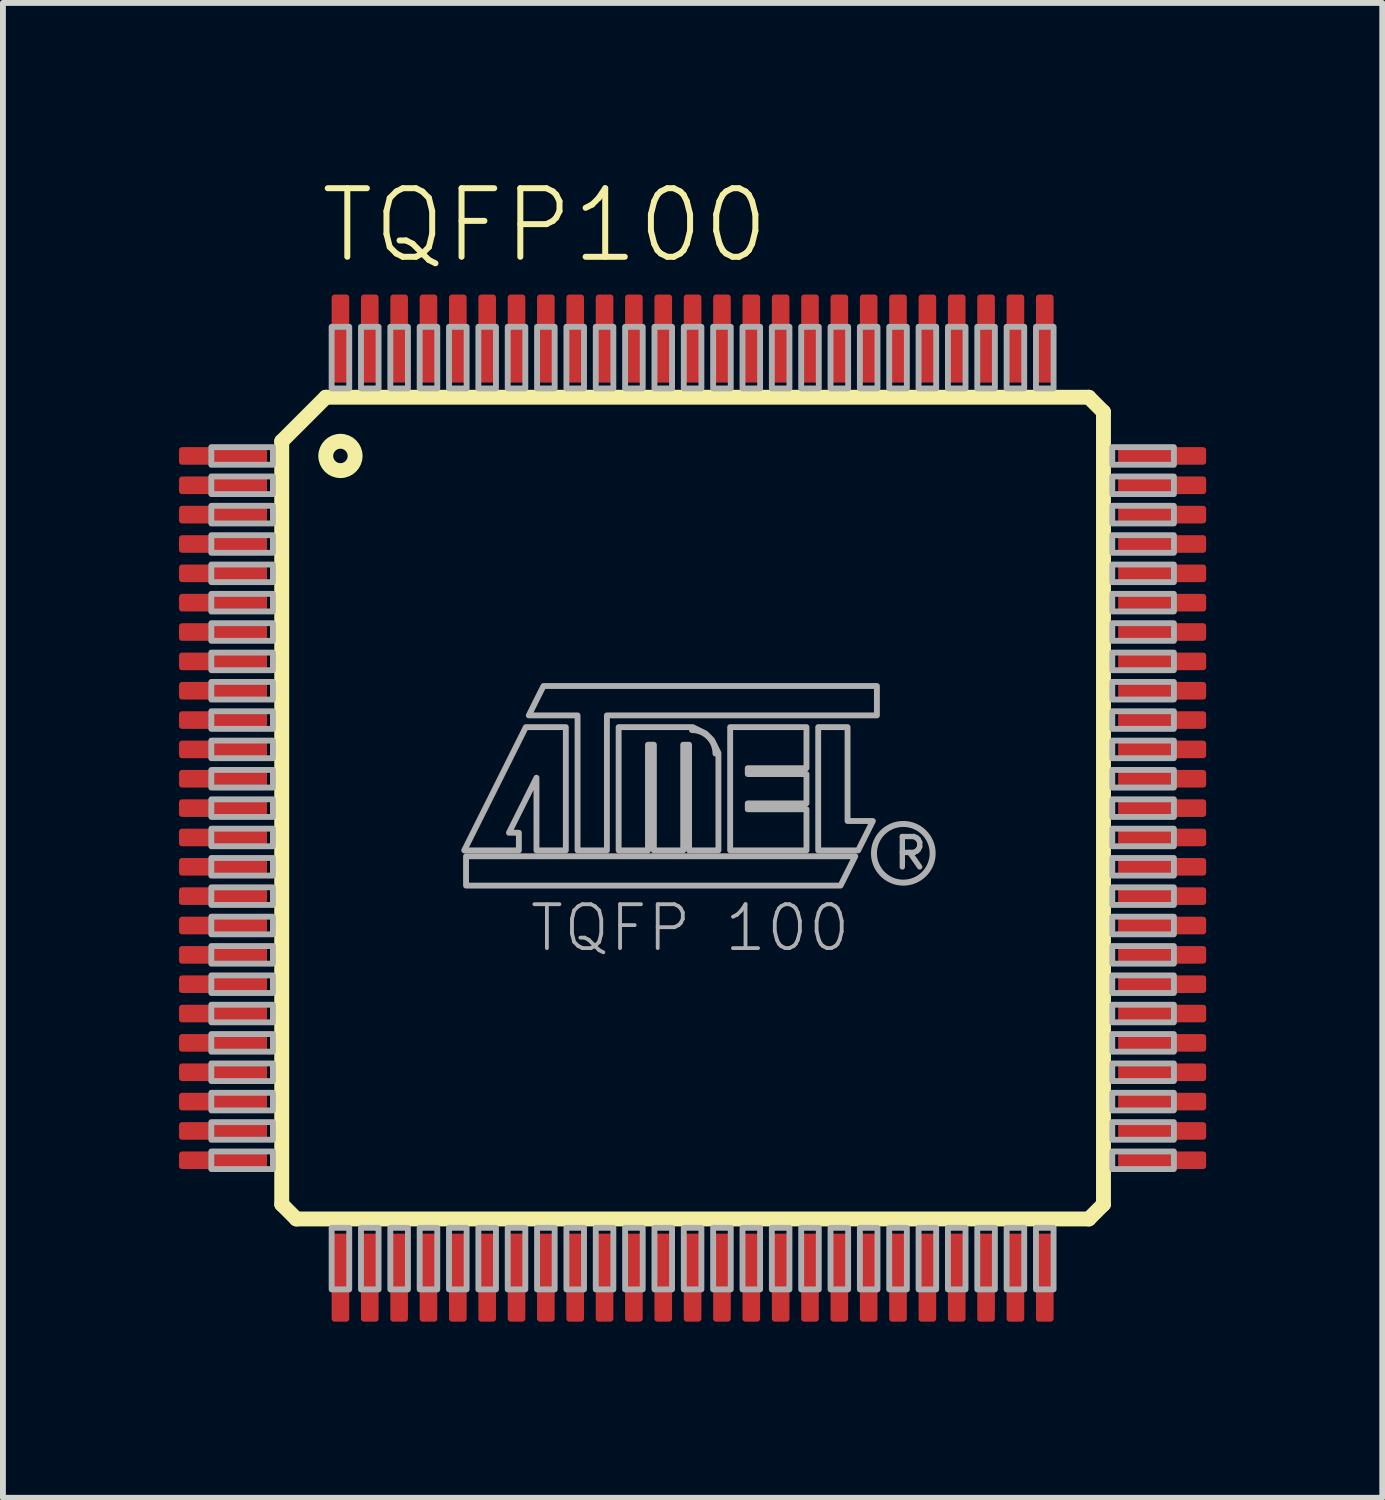
<source format=kicad_pcb>
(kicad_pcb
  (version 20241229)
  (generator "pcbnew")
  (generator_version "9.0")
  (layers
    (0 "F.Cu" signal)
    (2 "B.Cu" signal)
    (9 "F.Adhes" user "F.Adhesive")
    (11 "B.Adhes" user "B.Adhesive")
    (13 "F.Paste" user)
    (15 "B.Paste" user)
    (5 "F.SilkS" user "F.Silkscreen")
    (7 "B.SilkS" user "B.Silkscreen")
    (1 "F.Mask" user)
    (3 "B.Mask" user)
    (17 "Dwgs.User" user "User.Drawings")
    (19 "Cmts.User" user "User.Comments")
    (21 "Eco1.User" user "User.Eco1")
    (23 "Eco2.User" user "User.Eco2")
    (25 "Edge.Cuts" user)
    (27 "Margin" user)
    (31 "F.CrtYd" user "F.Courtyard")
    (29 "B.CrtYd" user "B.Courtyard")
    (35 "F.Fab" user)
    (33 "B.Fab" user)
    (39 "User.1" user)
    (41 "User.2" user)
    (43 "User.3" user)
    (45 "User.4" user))
  (footprint "TQFP100"
    (layer "F.Cu")
    (at 8.75 10.718)
    (property "Reference" "TQFP100" (at -6.395 -9.245 0) (unlocked yes) (layer "F.SilkS") (effects (font (size 1.168 1.168) (thickness 0.102)) (justify left bottom)))
    (fp_line (start -7 -6.25) (end -6.25 -7) (stroke (width 0.254) (type solid)) (layer "F.SilkS"))
    (fp_line (start -7 6.75) (end -7 -6.25) (stroke (width 0.254) (type solid)) (layer "F.SilkS"))
    (fp_line (start -6.75 7) (end -7 6.75) (stroke (width 0.254) (type solid)) (layer "F.SilkS"))
    (fp_line (start -6.25 -7) (end 6.75 -7) (stroke (width 0.254) (type solid)) (layer "F.SilkS"))
    (fp_line (start 6.75 -7) (end 7 -6.75) (stroke (width 0.254) (type solid)) (layer "F.SilkS"))
    (fp_line (start 6.75 7) (end -6.75 7) (stroke (width 0.254) (type solid)) (layer "F.SilkS"))
    (fp_line (start 7 -6.75) (end 7 6.75) (stroke (width 0.254) (type solid)) (layer "F.SilkS"))
    (fp_line (start 7 6.75) (end 6.75 7) (stroke (width 0.254) (type solid)) (layer "F.SilkS"))
    (fp_circle (center -6 -6) (end -5.75 -6) (stroke (width 0.254) (type solid)) (fill no) (layer "F.SilkS"))
    (fp_arc (start -0.0099 -1.3298) (mid 0.272872 -1.212672) (end 0.39 -0.9299) (stroke (width 0.1016) (type solid)) (layer "F.Fab"))
    (fp_circle (center 3.59 0.77) (end 4.09 0.77) (stroke (width 0.102) (type solid)) (fill no) (layer "F.Fab"))
    (fp_poly (pts (xy -8.2 -5.85) (xy -7.15 -5.85) (xy -7.15 -6.15) (xy -8.2 -6.15)) (stroke (width 0.1) (type default)) (fill no) (layer "F.Fab"))
    (fp_poly (pts (xy -8.2 -5.35) (xy -7.15 -5.35) (xy -7.15 -5.65) (xy -8.2 -5.65)) (stroke (width 0.1) (type default)) (fill no) (layer "F.Fab"))
    (fp_poly (pts (xy -8.2 -4.85) (xy -7.15 -4.85) (xy -7.15 -5.15) (xy -8.2 -5.15)) (stroke (width 0.1) (type default)) (fill no) (layer "F.Fab"))
    (fp_poly (pts (xy -8.2 -4.35) (xy -7.15 -4.35) (xy -7.15 -4.65) (xy -8.2 -4.65)) (stroke (width 0.1) (type default)) (fill no) (layer "F.Fab"))
    (fp_poly (pts (xy -8.2 -3.85) (xy -7.15 -3.85) (xy -7.15 -4.15) (xy -8.2 -4.15)) (stroke (width 0.1) (type default)) (fill no) (layer "F.Fab"))
    (fp_poly (pts (xy -8.2 -3.35) (xy -7.15 -3.35) (xy -7.15 -3.65) (xy -8.2 -3.65)) (stroke (width 0.1) (type default)) (fill no) (layer "F.Fab"))
    (fp_poly (pts (xy -8.2 -2.85) (xy -7.15 -2.85) (xy -7.15 -3.15) (xy -8.2 -3.15)) (stroke (width 0.1) (type default)) (fill no) (layer "F.Fab"))
    (fp_poly (pts (xy -8.2 -2.35) (xy -7.15 -2.35) (xy -7.15 -2.65) (xy -8.2 -2.65)) (stroke (width 0.1) (type default)) (fill no) (layer "F.Fab"))
    (fp_poly (pts (xy -8.2 -1.85) (xy -7.15 -1.85) (xy -7.15 -2.15) (xy -8.2 -2.15)) (stroke (width 0.1) (type default)) (fill no) (layer "F.Fab"))
    (fp_poly (pts (xy -8.2 -1.35) (xy -7.15 -1.35) (xy -7.15 -1.65) (xy -8.2 -1.65)) (stroke (width 0.1) (type default)) (fill no) (layer "F.Fab"))
    (fp_poly (pts (xy -8.2 -0.85) (xy -7.15 -0.85) (xy -7.15 -1.15) (xy -8.2 -1.15)) (stroke (width 0.1) (type default)) (fill no) (layer "F.Fab"))
    (fp_poly (pts (xy -8.2 -0.35) (xy -7.15 -0.35) (xy -7.15 -0.65) (xy -8.2 -0.65)) (stroke (width 0.1) (type default)) (fill no) (layer "F.Fab"))
    (fp_poly (pts (xy -8.2 0.15) (xy -7.15 0.15) (xy -7.15 -0.15) (xy -8.2 -0.15)) (stroke (width 0.1) (type default)) (fill no) (layer "F.Fab"))
    (fp_poly (pts (xy -8.2 0.65) (xy -7.15 0.65) (xy -7.15 0.35) (xy -8.2 0.35)) (stroke (width 0.1) (type default)) (fill no) (layer "F.Fab"))
    (fp_poly (pts (xy -8.2 1.15) (xy -7.15 1.15) (xy -7.15 0.85) (xy -8.2 0.85)) (stroke (width 0.1) (type default)) (fill no) (layer "F.Fab"))
    (fp_poly (pts (xy -8.2 1.65) (xy -7.15 1.65) (xy -7.15 1.35) (xy -8.2 1.35)) (stroke (width 0.1) (type default)) (fill no) (layer "F.Fab"))
    (fp_poly (pts (xy -8.2 2.15) (xy -7.15 2.15) (xy -7.15 1.85) (xy -8.2 1.85)) (stroke (width 0.1) (type default)) (fill no) (layer "F.Fab"))
    (fp_poly (pts (xy -8.2 2.65) (xy -7.15 2.65) (xy -7.15 2.35) (xy -8.2 2.35)) (stroke (width 0.1) (type default)) (fill no) (layer "F.Fab"))
    (fp_poly (pts (xy -8.2 3.15) (xy -7.15 3.15) (xy -7.15 2.85) (xy -8.2 2.85)) (stroke (width 0.1) (type default)) (fill no) (layer "F.Fab"))
    (fp_poly (pts (xy -8.2 3.65) (xy -7.15 3.65) (xy -7.15 3.35) (xy -8.2 3.35)) (stroke (width 0.1) (type default)) (fill no) (layer "F.Fab"))
    (fp_poly (pts (xy -8.2 4.15) (xy -7.15 4.15) (xy -7.15 3.85) (xy -8.2 3.85)) (stroke (width 0.1) (type default)) (fill no) (layer "F.Fab"))
    (fp_poly (pts (xy -8.2 4.65) (xy -7.15 4.65) (xy -7.15 4.35) (xy -8.2 4.35)) (stroke (width 0.1) (type default)) (fill no) (layer "F.Fab"))
    (fp_poly (pts (xy -8.2 5.15) (xy -7.15 5.15) (xy -7.15 4.85) (xy -8.2 4.85)) (stroke (width 0.1) (type default)) (fill no) (layer "F.Fab"))
    (fp_poly (pts (xy -8.2 5.65) (xy -7.15 5.65) (xy -7.15 5.35) (xy -8.2 5.35)) (stroke (width 0.1) (type default)) (fill no) (layer "F.Fab"))
    (fp_poly (pts (xy -8.2 6.15) (xy -7.15 6.15) (xy -7.15 5.85) (xy -8.2 5.85)) (stroke (width 0.1) (type default)) (fill no) (layer "F.Fab"))
    (fp_poly (pts (xy -6.15 -7.15) (xy -5.85 -7.15) (xy -5.85 -8.2) (xy -6.15 -8.2)) (stroke (width 0.1) (type default)) (fill no) (layer "F.Fab"))
    (fp_poly (pts (xy -6.15 8.2) (xy -5.85 8.2) (xy -5.85 7.15) (xy -6.15 7.15)) (stroke (width 0.1) (type default)) (fill no) (layer "F.Fab"))
    (fp_poly (pts (xy -5.65 -7.15) (xy -5.35 -7.15) (xy -5.35 -8.2) (xy -5.65 -8.2)) (stroke (width 0.1) (type default)) (fill no) (layer "F.Fab"))
    (fp_poly (pts (xy -5.65 8.2) (xy -5.35 8.2) (xy -5.35 7.15) (xy -5.65 7.15)) (stroke (width 0.1) (type default)) (fill no) (layer "F.Fab"))
    (fp_poly (pts (xy -5.15 -7.15) (xy -4.85 -7.15) (xy -4.85 -8.2) (xy -5.15 -8.2)) (stroke (width 0.1) (type default)) (fill no) (layer "F.Fab"))
    (fp_poly (pts (xy -5.15 8.2) (xy -4.85 8.2) (xy -4.85 7.15) (xy -5.15 7.15)) (stroke (width 0.1) (type default)) (fill no) (layer "F.Fab"))
    (fp_poly (pts (xy -4.65 -7.15) (xy -4.35 -7.15) (xy -4.35 -8.2) (xy -4.65 -8.2)) (stroke (width 0.1) (type default)) (fill no) (layer "F.Fab"))
    (fp_poly (pts (xy -4.65 8.2) (xy -4.35 8.2) (xy -4.35 7.15) (xy -4.65 7.15)) (stroke (width 0.1) (type default)) (fill no) (layer "F.Fab"))
    (fp_poly (pts (xy -4.15 -7.15) (xy -3.85 -7.15) (xy -3.85 -8.2) (xy -4.15 -8.2)) (stroke (width 0.1) (type default)) (fill no) (layer "F.Fab"))
    (fp_poly (pts (xy -4.15 8.2) (xy -3.85 8.2) (xy -3.85 7.15) (xy -4.15 7.15)) (stroke (width 0.1) (type default)) (fill no) (layer "F.Fab"))
    (fp_poly (pts (xy -3.65 -7.15) (xy -3.35 -7.15) (xy -3.35 -8.2) (xy -3.65 -8.2)) (stroke (width 0.1) (type default)) (fill no) (layer "F.Fab"))
    (fp_poly (pts (xy -3.65 8.2) (xy -3.35 8.2) (xy -3.35 7.15) (xy -3.65 7.15)) (stroke (width 0.1) (type default)) (fill no) (layer "F.Fab"))
    (fp_poly (pts (xy -3.15 -7.15) (xy -2.85 -7.15) (xy -2.85 -8.2) (xy -3.15 -8.2)) (stroke (width 0.1) (type default)) (fill no) (layer "F.Fab"))
    (fp_poly (pts (xy -3.15 8.2) (xy -2.85 8.2) (xy -2.85 7.15) (xy -3.15 7.15)) (stroke (width 0.1) (type default)) (fill no) (layer "F.Fab"))
    (fp_poly (pts (xy -2.65 -7.15) (xy -2.35 -7.15) (xy -2.35 -8.2) (xy -2.65 -8.2)) (stroke (width 0.1) (type default)) (fill no) (layer "F.Fab"))
    (fp_poly (pts (xy -2.65 8.2) (xy -2.35 8.2) (xy -2.35 7.15) (xy -2.65 7.15)) (stroke (width 0.1) (type default)) (fill no) (layer "F.Fab"))
    (fp_poly (pts (xy -2.15 -7.15) (xy -1.85 -7.15) (xy -1.85 -8.2) (xy -2.15 -8.2)) (stroke (width 0.1) (type default)) (fill no) (layer "F.Fab"))
    (fp_poly (pts (xy -2.15 8.2) (xy -1.85 8.2) (xy -1.85 7.15) (xy -2.15 7.15)) (stroke (width 0.1) (type default)) (fill no) (layer "F.Fab"))
    (fp_poly (pts (xy -1.65 -7.15) (xy -1.35 -7.15) (xy -1.35 -8.2) (xy -1.65 -8.2)) (stroke (width 0.1) (type default)) (fill no) (layer "F.Fab"))
    (fp_poly (pts (xy -1.65 8.2) (xy -1.35 8.2) (xy -1.35 7.15) (xy -1.65 7.15)) (stroke (width 0.1) (type default)) (fill no) (layer "F.Fab"))
    (fp_poly (pts (xy -1.15 -7.15) (xy -0.85 -7.15) (xy -0.85 -8.2) (xy -1.15 -8.2)) (stroke (width 0.1) (type default)) (fill no) (layer "F.Fab"))
    (fp_poly (pts (xy -1.15 8.2) (xy -0.85 8.2) (xy -0.85 7.15) (xy -1.15 7.15)) (stroke (width 0.1) (type default)) (fill no) (layer "F.Fab"))
    (fp_poly (pts (xy -0.65 -7.15) (xy -0.35 -7.15) (xy -0.35 -8.2) (xy -0.65 -8.2)) (stroke (width 0.1) (type default)) (fill no) (layer "F.Fab"))
    (fp_poly (pts (xy -0.65 8.2) (xy -0.35 8.2) (xy -0.35 7.15) (xy -0.65 7.15)) (stroke (width 0.1) (type default)) (fill no) (layer "F.Fab"))
    (fp_poly (pts (xy -0.15 -7.15) (xy 0.15 -7.15) (xy 0.15 -8.2) (xy -0.15 -8.2)) (stroke (width 0.1) (type default)) (fill no) (layer "F.Fab"))
    (fp_poly (pts (xy -0.15 8.2) (xy 0.15 8.2) (xy 0.15 7.15) (xy -0.15 7.15)) (stroke (width 0.1) (type default)) (fill no) (layer "F.Fab"))
    (fp_poly (pts (xy 0.35 -7.15) (xy 0.65 -7.15) (xy 0.65 -8.2) (xy 0.35 -8.2)) (stroke (width 0.1) (type default)) (fill no) (layer "F.Fab"))
    (fp_poly (pts (xy 0.35 8.2) (xy 0.65 8.2) (xy 0.65 7.15) (xy 0.35 7.15)) (stroke (width 0.1) (type default)) (fill no) (layer "F.Fab"))
    (fp_poly (pts (xy 0.85 -7.15) (xy 1.15 -7.15) (xy 1.15 -8.2) (xy 0.85 -8.2)) (stroke (width 0.1) (type default)) (fill no) (layer "F.Fab"))
    (fp_poly (pts (xy 0.85 8.2) (xy 1.15 8.2) (xy 1.15 7.15) (xy 0.85 7.15)) (stroke (width 0.1) (type default)) (fill no) (layer "F.Fab"))
    (fp_poly (pts (xy 1.35 -7.15) (xy 1.65 -7.15) (xy 1.65 -8.2) (xy 1.35 -8.2)) (stroke (width 0.1) (type default)) (fill no) (layer "F.Fab"))
    (fp_poly (pts (xy 1.35 8.2) (xy 1.65 8.2) (xy 1.65 7.15) (xy 1.35 7.15)) (stroke (width 0.1) (type default)) (fill no) (layer "F.Fab"))
    (fp_poly (pts (xy 1.85 -7.15) (xy 2.15 -7.15) (xy 2.15 -8.2) (xy 1.85 -8.2)) (stroke (width 0.1) (type default)) (fill no) (layer "F.Fab"))
    (fp_poly (pts (xy 1.85 8.2) (xy 2.15 8.2) (xy 2.15 7.15) (xy 1.85 7.15)) (stroke (width 0.1) (type default)) (fill no) (layer "F.Fab"))
    (fp_poly (pts (xy 2.35 -7.15) (xy 2.65 -7.15) (xy 2.65 -8.2) (xy 2.35 -8.2)) (stroke (width 0.1) (type default)) (fill no) (layer "F.Fab"))
    (fp_poly (pts (xy 2.35 8.2) (xy 2.65 8.2) (xy 2.65 7.15) (xy 2.35 7.15)) (stroke (width 0.1) (type default)) (fill no) (layer "F.Fab"))
    (fp_poly (pts (xy 2.521 1.32) (xy -3.86 1.32) (xy -3.86 0.82) (xy 2.771 0.82)) (stroke (width 0.1) (type default)) (fill no) (layer "F.Fab"))
    (fp_poly (pts (xy 2.85 -7.15) (xy 3.15 -7.15) (xy 3.15 -8.2) (xy 2.85 -8.2)) (stroke (width 0.1) (type default)) (fill no) (layer "F.Fab"))
    (fp_poly (pts (xy 2.85 8.2) (xy 3.15 8.2) (xy 3.15 7.15) (xy 2.85 7.15)) (stroke (width 0.1) (type default)) (fill no) (layer "F.Fab"))
    (fp_poly (pts (xy 3.35 -7.15) (xy 3.65 -7.15) (xy 3.65 -8.2) (xy 3.35 -8.2)) (stroke (width 0.1) (type default)) (fill no) (layer "F.Fab"))
    (fp_poly (pts (xy 3.35 8.2) (xy 3.65 8.2) (xy 3.65 7.15) (xy 3.35 7.15)) (stroke (width 0.1) (type default)) (fill no) (layer "F.Fab"))
    (fp_poly (pts (xy 3.85 -7.15) (xy 4.15 -7.15) (xy 4.15 -8.2) (xy 3.85 -8.2)) (stroke (width 0.1) (type default)) (fill no) (layer "F.Fab"))
    (fp_poly (pts (xy 3.85 8.2) (xy 4.15 8.2) (xy 4.15 7.15) (xy 3.85 7.15)) (stroke (width 0.1) (type default)) (fill no) (layer "F.Fab"))
    (fp_poly (pts (xy 4.35 -7.15) (xy 4.65 -7.15) (xy 4.65 -8.2) (xy 4.35 -8.2)) (stroke (width 0.1) (type default)) (fill no) (layer "F.Fab"))
    (fp_poly (pts (xy 4.35 8.2) (xy 4.65 8.2) (xy 4.65 7.15) (xy 4.35 7.15)) (stroke (width 0.1) (type default)) (fill no) (layer "F.Fab"))
    (fp_poly (pts (xy 4.85 -7.15) (xy 5.15 -7.15) (xy 5.15 -8.2) (xy 4.85 -8.2)) (stroke (width 0.1) (type default)) (fill no) (layer "F.Fab"))
    (fp_poly (pts (xy 4.85 8.2) (xy 5.15 8.2) (xy 5.15 7.15) (xy 4.85 7.15)) (stroke (width 0.1) (type default)) (fill no) (layer "F.Fab"))
    (fp_poly (pts (xy 5.35 -7.15) (xy 5.65 -7.15) (xy 5.65 -8.2) (xy 5.35 -8.2)) (stroke (width 0.1) (type default)) (fill no) (layer "F.Fab"))
    (fp_poly (pts (xy 5.35 8.2) (xy 5.65 8.2) (xy 5.65 7.15) (xy 5.35 7.15)) (stroke (width 0.1) (type default)) (fill no) (layer "F.Fab"))
    (fp_poly (pts (xy 5.85 -7.15) (xy 6.15 -7.15) (xy 6.15 -8.2) (xy 5.85 -8.2)) (stroke (width 0.1) (type default)) (fill no) (layer "F.Fab"))
    (fp_poly (pts (xy 5.85 8.2) (xy 6.15 8.2) (xy 6.15 7.15) (xy 5.85 7.15)) (stroke (width 0.1) (type default)) (fill no) (layer "F.Fab"))
    (fp_poly (pts (xy 7.15 -5.85) (xy 8.2 -5.85) (xy 8.2 -6.15) (xy 7.15 -6.15)) (stroke (width 0.1) (type default)) (fill no) (layer "F.Fab"))
    (fp_poly (pts (xy 7.15 -5.35) (xy 8.2 -5.35) (xy 8.2 -5.65) (xy 7.15 -5.65)) (stroke (width 0.1) (type default)) (fill no) (layer "F.Fab"))
    (fp_poly (pts (xy 7.15 -4.85) (xy 8.2 -4.85) (xy 8.2 -5.15) (xy 7.15 -5.15)) (stroke (width 0.1) (type default)) (fill no) (layer "F.Fab"))
    (fp_poly (pts (xy 7.15 -4.35) (xy 8.2 -4.35) (xy 8.2 -4.65) (xy 7.15 -4.65)) (stroke (width 0.1) (type default)) (fill no) (layer "F.Fab"))
    (fp_poly (pts (xy 7.15 -3.85) (xy 8.2 -3.85) (xy 8.2 -4.15) (xy 7.15 -4.15)) (stroke (width 0.1) (type default)) (fill no) (layer "F.Fab"))
    (fp_poly (pts (xy 7.15 -3.35) (xy 8.2 -3.35) (xy 8.2 -3.65) (xy 7.15 -3.65)) (stroke (width 0.1) (type default)) (fill no) (layer "F.Fab"))
    (fp_poly (pts (xy 7.15 -2.85) (xy 8.2 -2.85) (xy 8.2 -3.15) (xy 7.15 -3.15)) (stroke (width 0.1) (type default)) (fill no) (layer "F.Fab"))
    (fp_poly (pts (xy 7.15 -2.35) (xy 8.2 -2.35) (xy 8.2 -2.65) (xy 7.15 -2.65)) (stroke (width 0.1) (type default)) (fill no) (layer "F.Fab"))
    (fp_poly (pts (xy 7.15 -1.85) (xy 8.2 -1.85) (xy 8.2 -2.15) (xy 7.15 -2.15)) (stroke (width 0.1) (type default)) (fill no) (layer "F.Fab"))
    (fp_poly (pts (xy 7.15 -1.35) (xy 8.2 -1.35) (xy 8.2 -1.65) (xy 7.15 -1.65)) (stroke (width 0.1) (type default)) (fill no) (layer "F.Fab"))
    (fp_poly (pts (xy 7.15 -0.85) (xy 8.2 -0.85) (xy 8.2 -1.15) (xy 7.15 -1.15)) (stroke (width 0.1) (type default)) (fill no) (layer "F.Fab"))
    (fp_poly (pts (xy 7.15 -0.35) (xy 8.2 -0.35) (xy 8.2 -0.65) (xy 7.15 -0.65)) (stroke (width 0.1) (type default)) (fill no) (layer "F.Fab"))
    (fp_poly (pts (xy 7.15 0.15) (xy 8.2 0.15) (xy 8.2 -0.15) (xy 7.15 -0.15)) (stroke (width 0.1) (type default)) (fill no) (layer "F.Fab"))
    (fp_poly (pts (xy 7.15 0.65) (xy 8.2 0.65) (xy 8.2 0.35) (xy 7.15 0.35)) (stroke (width 0.1) (type default)) (fill no) (layer "F.Fab"))
    (fp_poly (pts (xy 7.15 1.15) (xy 8.2 1.15) (xy 8.2 0.85) (xy 7.15 0.85)) (stroke (width 0.1) (type default)) (fill no) (layer "F.Fab"))
    (fp_poly (pts (xy 7.15 1.65) (xy 8.2 1.65) (xy 8.2 1.35) (xy 7.15 1.35)) (stroke (width 0.1) (type default)) (fill no) (layer "F.Fab"))
    (fp_poly (pts (xy 7.15 2.15) (xy 8.2 2.15) (xy 8.2 1.85) (xy 7.15 1.85)) (stroke (width 0.1) (type default)) (fill no) (layer "F.Fab"))
    (fp_poly (pts (xy 7.15 2.65) (xy 8.2 2.65) (xy 8.2 2.35) (xy 7.15 2.35)) (stroke (width 0.1) (type default)) (fill no) (layer "F.Fab"))
    (fp_poly (pts (xy 7.15 3.15) (xy 8.2 3.15) (xy 8.2 2.85) (xy 7.15 2.85)) (stroke (width 0.1) (type default)) (fill no) (layer "F.Fab"))
    (fp_poly (pts (xy 7.15 3.65) (xy 8.2 3.65) (xy 8.2 3.35) (xy 7.15 3.35)) (stroke (width 0.1) (type default)) (fill no) (layer "F.Fab"))
    (fp_poly (pts (xy 7.15 4.15) (xy 8.2 4.15) (xy 8.2 3.85) (xy 7.15 3.85)) (stroke (width 0.1) (type default)) (fill no) (layer "F.Fab"))
    (fp_poly (pts (xy 7.15 4.65) (xy 8.2 4.65) (xy 8.2 4.35) (xy 7.15 4.35)) (stroke (width 0.1) (type default)) (fill no) (layer "F.Fab"))
    (fp_poly (pts (xy 7.15 5.15) (xy 8.2 5.15) (xy 8.2 4.85) (xy 7.15 4.85)) (stroke (width 0.1) (type default)) (fill no) (layer "F.Fab"))
    (fp_poly (pts (xy 7.15 5.65) (xy 8.2 5.65) (xy 8.2 5.35) (xy 7.15 5.35)) (stroke (width 0.1) (type default)) (fill no) (layer "F.Fab"))
    (fp_poly (pts (xy 7.15 6.15) (xy 8.2 6.15) (xy 8.2 5.85) (xy 7.15 5.85)) (stroke (width 0.1) (type default)) (fill no) (layer "F.Fab"))
    (fp_poly (pts (xy 2.64 0.22) (xy 3.071 0.22) (xy 2.821 0.72) (xy 2.14 0.72) (xy 2.14 -1.38) (xy 2.64 -1.38)) (stroke (width 0.1) (type default)) (fill no) (layer "F.Fab"))
    (fp_poly (pts (xy 3.14 -1.58) (xy -1.46 -1.58) (xy -1.46 0.72) (xy -1.96 0.72) (xy -1.96 -1.58) (xy -2.791 -1.58) (xy -2.541 -2.08) (xy 3.14 -2.08)) (stroke (width 0.1) (type default)) (fill no) (layer "F.Fab"))
    (fp_poly (pts (xy -2.16 0.72) (xy -2.66 0.72) (xy -2.66 -0.518) (xy -3.129 0.42) (xy -2.96 0.42) (xy -2.96 0.72) (xy -3.891 0.72) (xy -2.841 -1.38) (xy -2.16 -1.38)) (stroke (width 0.1) (type default)) (fill no) (layer "F.Fab"))
    (fp_poly (pts (xy 1.94 -0.68) (xy 0.94 -0.68) (xy 0.94 -0.58) (xy 1.94 -0.58) (xy 1.94 -0.08) (xy 0.94 -0.08) (xy 0.94 0.02) (xy 1.94 0.02) (xy 1.94 0.72) (xy 0.64 0.72) (xy 0.64 -1.38) (xy 1.94 -1.38)) (stroke (width 0.1) (type default)) (fill no) (layer "F.Fab"))
    (fp_poly (pts (xy 0.22 -1.271) (xy 0.331 -1.16) (xy 0.44 -0.942) (xy 0.44 0.72) (xy -0.06 0.72) (xy -0.06 -1.08) (xy -0.16 -1.08) (xy -0.16 0.72) (xy -0.66 0.72) (xy -0.66 -1.08) (xy -0.76 -1.08) (xy -0.76 0.72) (xy -1.26 0.72) (xy -1.26 -1.38) (xy 0.002 -1.38)) (stroke (width 0.1) (type default)) (fill no) (layer "F.Fab"))
    (fp_text user "TQFP 100" (at -2.81 2.48 0) (layer "F.Fab") (effects (font (size 0.748 0.748) (thickness 0.065)) (justify left bottom)))
    (fp_text user "R" (at 3.39 1.07 0) (layer "F.Fab") (effects (font (size 0.518 0.518) (thickness 0.091)) (justify left bottom)))
    (pad "1" smd roundrect (at -8 -6) (size 1.5 0.3) (layers "F.Cu" "F.Mask" "F.Paste") (roundrect_rratio 0.169))
    (pad "2" smd roundrect (at -8 -5.5) (size 1.5 0.3) (layers "F.Cu" "F.Mask" "F.Paste") (roundrect_rratio 0.169))
    (pad "3" smd roundrect (at -8 -5) (size 1.5 0.3) (layers "F.Cu" "F.Mask" "F.Paste") (roundrect_rratio 0.169))
    (pad "4" smd roundrect (at -8 -4.5) (size 1.5 0.3) (layers "F.Cu" "F.Mask" "F.Paste") (roundrect_rratio 0.169))
    (pad "5" smd roundrect (at -8 -4) (size 1.5 0.3) (layers "F.Cu" "F.Mask" "F.Paste") (roundrect_rratio 0.169))
    (pad "6" smd roundrect (at -8 -3.5) (size 1.5 0.3) (layers "F.Cu" "F.Mask" "F.Paste") (roundrect_rratio 0.169))
    (pad "7" smd roundrect (at -8 -3) (size 1.5 0.3) (layers "F.Cu" "F.Mask" "F.Paste") (roundrect_rratio 0.169))
    (pad "8" smd roundrect (at -8 -2.5) (size 1.5 0.3) (layers "F.Cu" "F.Mask" "F.Paste") (roundrect_rratio 0.169))
    (pad "9" smd roundrect (at -8 -2) (size 1.5 0.3) (layers "F.Cu" "F.Mask" "F.Paste") (roundrect_rratio 0.169))
    (pad "10" smd roundrect (at -8 -1.5) (size 1.5 0.3) (layers "F.Cu" "F.Mask" "F.Paste") (roundrect_rratio 0.169))
    (pad "11" smd roundrect (at -8 -1) (size 1.5 0.3) (layers "F.Cu" "F.Mask" "F.Paste") (roundrect_rratio 0.169))
    (pad "12" smd roundrect (at -8 -0.5) (size 1.5 0.3) (layers "F.Cu" "F.Mask" "F.Paste") (roundrect_rratio 0.169))
    (pad "13" smd roundrect (at -8 0) (size 1.5 0.3) (layers "F.Cu" "F.Mask" "F.Paste") (roundrect_rratio 0.169))
    (pad "14" smd roundrect (at -8 0.5) (size 1.5 0.3) (layers "F.Cu" "F.Mask" "F.Paste") (roundrect_rratio 0.169))
    (pad "15" smd roundrect (at -8 1) (size 1.5 0.3) (layers "F.Cu" "F.Mask" "F.Paste") (roundrect_rratio 0.169))
    (pad "16" smd roundrect (at -8 1.5) (size 1.5 0.3) (layers "F.Cu" "F.Mask" "F.Paste") (roundrect_rratio 0.169))
    (pad "17" smd roundrect (at -8 2) (size 1.5 0.3) (layers "F.Cu" "F.Mask" "F.Paste") (roundrect_rratio 0.169))
    (pad "18" smd roundrect (at -8 2.5) (size 1.5 0.3) (layers "F.Cu" "F.Mask" "F.Paste") (roundrect_rratio 0.169))
    (pad "19" smd roundrect (at -8 3) (size 1.5 0.3) (layers "F.Cu" "F.Mask" "F.Paste") (roundrect_rratio 0.169))
    (pad "20" smd roundrect (at -8 3.5) (size 1.5 0.3) (layers "F.Cu" "F.Mask" "F.Paste") (roundrect_rratio 0.169))
    (pad "21" smd roundrect (at -8 4) (size 1.5 0.3) (layers "F.Cu" "F.Mask" "F.Paste") (roundrect_rratio 0.169))
    (pad "22" smd roundrect (at -8 4.5) (size 1.5 0.3) (layers "F.Cu" "F.Mask" "F.Paste") (roundrect_rratio 0.169))
    (pad "23" smd roundrect (at -8 5) (size 1.5 0.3) (layers "F.Cu" "F.Mask" "F.Paste") (roundrect_rratio 0.169))
    (pad "24" smd roundrect (at -8 5.5) (size 1.5 0.3) (layers "F.Cu" "F.Mask" "F.Paste") (roundrect_rratio 0.169))
    (pad "25" smd roundrect (at -8 6) (size 1.5 0.3) (layers "F.Cu" "F.Mask" "F.Paste") (roundrect_rratio 0.169))
    (pad "26" smd roundrect (at -6 8) (size 0.3 1.5) (layers "F.Cu" "F.Mask" "F.Paste") (roundrect_rratio 0.169))
    (pad "27" smd roundrect (at -5.5 8) (size 0.3 1.5) (layers "F.Cu" "F.Mask" "F.Paste") (roundrect_rratio 0.169))
    (pad "28" smd roundrect (at -5 8) (size 0.3 1.5) (layers "F.Cu" "F.Mask" "F.Paste") (roundrect_rratio 0.169))
    (pad "29" smd roundrect (at -4.5 8) (size 0.3 1.5) (layers "F.Cu" "F.Mask" "F.Paste") (roundrect_rratio 0.169))
    (pad "30" smd roundrect (at -4 8) (size 0.3 1.5) (layers "F.Cu" "F.Mask" "F.Paste") (roundrect_rratio 0.169))
    (pad "31" smd roundrect (at -3.5 8) (size 0.3 1.5) (layers "F.Cu" "F.Mask" "F.Paste") (roundrect_rratio 0.169))
    (pad "32" smd roundrect (at -3 8) (size 0.3 1.5) (layers "F.Cu" "F.Mask" "F.Paste") (roundrect_rratio 0.169))
    (pad "33" smd roundrect (at -2.5 8) (size 0.3 1.5) (layers "F.Cu" "F.Mask" "F.Paste") (roundrect_rratio 0.169))
    (pad "34" smd roundrect (at -2 8) (size 0.3 1.5) (layers "F.Cu" "F.Mask" "F.Paste") (roundrect_rratio 0.169))
    (pad "35" smd roundrect (at -1.5 8) (size 0.3 1.5) (layers "F.Cu" "F.Mask" "F.Paste") (roundrect_rratio 0.169))
    (pad "36" smd roundrect (at -1 8) (size 0.3 1.5) (layers "F.Cu" "F.Mask" "F.Paste") (roundrect_rratio 0.169))
    (pad "37" smd roundrect (at -0.5 8) (size 0.3 1.5) (layers "F.Cu" "F.Mask" "F.Paste") (roundrect_rratio 0.169))
    (pad "38" smd roundrect (at 0 8) (size 0.3 1.5) (layers "F.Cu" "F.Mask" "F.Paste") (roundrect_rratio 0.169))
    (pad "39" smd roundrect (at 0.5 8) (size 0.3 1.5) (layers "F.Cu" "F.Mask" "F.Paste") (roundrect_rratio 0.169))
    (pad "40" smd roundrect (at 1 8) (size 0.3 1.5) (layers "F.Cu" "F.Mask" "F.Paste") (roundrect_rratio 0.169))
    (pad "41" smd roundrect (at 1.5 8) (size 0.3 1.5) (layers "F.Cu" "F.Mask" "F.Paste") (roundrect_rratio 0.169))
    (pad "42" smd roundrect (at 2 8) (size 0.3 1.5) (layers "F.Cu" "F.Mask" "F.Paste") (roundrect_rratio 0.169))
    (pad "43" smd roundrect (at 2.5 8) (size 0.3 1.5) (layers "F.Cu" "F.Mask" "F.Paste") (roundrect_rratio 0.169))
    (pad "44" smd roundrect (at 3 8) (size 0.3 1.5) (layers "F.Cu" "F.Mask" "F.Paste") (roundrect_rratio 0.169))
    (pad "45" smd roundrect (at 3.5 8) (size 0.3 1.5) (layers "F.Cu" "F.Mask" "F.Paste") (roundrect_rratio 0.169))
    (pad "46" smd roundrect (at 4 8) (size 0.3 1.5) (layers "F.Cu" "F.Mask" "F.Paste") (roundrect_rratio 0.169))
    (pad "47" smd roundrect (at 4.5 8) (size 0.3 1.5) (layers "F.Cu" "F.Mask" "F.Paste") (roundrect_rratio 0.169))
    (pad "48" smd roundrect (at 5 8) (size 0.3 1.5) (layers "F.Cu" "F.Mask" "F.Paste") (roundrect_rratio 0.169))
    (pad "49" smd roundrect (at 5.5 8) (size 0.3 1.5) (layers "F.Cu" "F.Mask" "F.Paste") (roundrect_rratio 0.169))
    (pad "50" smd roundrect (at 6 8) (size 0.3 1.5) (layers "F.Cu" "F.Mask" "F.Paste") (roundrect_rratio 0.169))
    (pad "51" smd roundrect (at 8 6) (size 1.5 0.3) (layers "F.Cu" "F.Mask" "F.Paste") (roundrect_rratio 0.169))
    (pad "52" smd roundrect (at 8 5.5) (size 1.5 0.3) (layers "F.Cu" "F.Mask" "F.Paste") (roundrect_rratio 0.169))
    (pad "53" smd roundrect (at 8 5) (size 1.5 0.3) (layers "F.Cu" "F.Mask" "F.Paste") (roundrect_rratio 0.169))
    (pad "54" smd roundrect (at 8 4.5) (size 1.5 0.3) (layers "F.Cu" "F.Mask" "F.Paste") (roundrect_rratio 0.169))
    (pad "55" smd roundrect (at 8 4) (size 1.5 0.3) (layers "F.Cu" "F.Mask" "F.Paste") (roundrect_rratio 0.169))
    (pad "56" smd roundrect (at 8 3.5) (size 1.5 0.3) (layers "F.Cu" "F.Mask" "F.Paste") (roundrect_rratio 0.169))
    (pad "57" smd roundrect (at 8 3) (size 1.5 0.3) (layers "F.Cu" "F.Mask" "F.Paste") (roundrect_rratio 0.169))
    (pad "58" smd roundrect (at 8 2.5) (size 1.5 0.3) (layers "F.Cu" "F.Mask" "F.Paste") (roundrect_rratio 0.169))
    (pad "59" smd roundrect (at 8 2) (size 1.5 0.3) (layers "F.Cu" "F.Mask" "F.Paste") (roundrect_rratio 0.169))
    (pad "60" smd roundrect (at 8 1.5) (size 1.5 0.3) (layers "F.Cu" "F.Mask" "F.Paste") (roundrect_rratio 0.169))
    (pad "61" smd roundrect (at 8 1) (size 1.5 0.3) (layers "F.Cu" "F.Mask" "F.Paste") (roundrect_rratio 0.169))
    (pad "62" smd roundrect (at 8 0.5) (size 1.5 0.3) (layers "F.Cu" "F.Mask" "F.Paste") (roundrect_rratio 0.169))
    (pad "63" smd roundrect (at 8 0) (size 1.5 0.3) (layers "F.Cu" "F.Mask" "F.Paste") (roundrect_rratio 0.169))
    (pad "64" smd roundrect (at 8 -0.5) (size 1.5 0.3) (layers "F.Cu" "F.Mask" "F.Paste") (roundrect_rratio 0.169))
    (pad "65" smd roundrect (at 8 -1) (size 1.5 0.3) (layers "F.Cu" "F.Mask" "F.Paste") (roundrect_rratio 0.169))
    (pad "66" smd roundrect (at 8 -1.5) (size 1.5 0.3) (layers "F.Cu" "F.Mask" "F.Paste") (roundrect_rratio 0.169))
    (pad "67" smd roundrect (at 8 -2) (size 1.5 0.3) (layers "F.Cu" "F.Mask" "F.Paste") (roundrect_rratio 0.169))
    (pad "68" smd roundrect (at 8 -2.5) (size 1.5 0.3) (layers "F.Cu" "F.Mask" "F.Paste") (roundrect_rratio 0.169))
    (pad "69" smd roundrect (at 8 -3) (size 1.5 0.3) (layers "F.Cu" "F.Mask" "F.Paste") (roundrect_rratio 0.169))
    (pad "70" smd roundrect (at 8 -3.5) (size 1.5 0.3) (layers "F.Cu" "F.Mask" "F.Paste") (roundrect_rratio 0.169))
    (pad "71" smd roundrect (at 8 -4) (size 1.5 0.3) (layers "F.Cu" "F.Mask" "F.Paste") (roundrect_rratio 0.169))
    (pad "72" smd roundrect (at 8 -4.5) (size 1.5 0.3) (layers "F.Cu" "F.Mask" "F.Paste") (roundrect_rratio 0.169))
    (pad "73" smd roundrect (at 8 -5) (size 1.5 0.3) (layers "F.Cu" "F.Mask" "F.Paste") (roundrect_rratio 0.169))
    (pad "74" smd roundrect (at 8 -5.5) (size 1.5 0.3) (layers "F.Cu" "F.Mask" "F.Paste") (roundrect_rratio 0.169))
    (pad "75" smd roundrect (at 8 -6) (size 1.5 0.3) (layers "F.Cu" "F.Mask" "F.Paste") (roundrect_rratio 0.169))
    (pad "76" smd roundrect (at 6 -8) (size 0.3 1.5) (layers "F.Cu" "F.Mask" "F.Paste") (roundrect_rratio 0.169))
    (pad "77" smd roundrect (at 5.5 -8) (size 0.3 1.5) (layers "F.Cu" "F.Mask" "F.Paste") (roundrect_rratio 0.169))
    (pad "78" smd roundrect (at 5 -8) (size 0.3 1.5) (layers "F.Cu" "F.Mask" "F.Paste") (roundrect_rratio 0.169))
    (pad "79" smd roundrect (at 4.5 -8) (size 0.3 1.5) (layers "F.Cu" "F.Mask" "F.Paste") (roundrect_rratio 0.169))
    (pad "80" smd roundrect (at 4 -8) (size 0.3 1.5) (layers "F.Cu" "F.Mask" "F.Paste") (roundrect_rratio 0.169))
    (pad "81" smd roundrect (at 3.5 -8) (size 0.3 1.5) (layers "F.Cu" "F.Mask" "F.Paste") (roundrect_rratio 0.169))
    (pad "82" smd roundrect (at 3 -8) (size 0.3 1.5) (layers "F.Cu" "F.Mask" "F.Paste") (roundrect_rratio 0.169))
    (pad "83" smd roundrect (at 2.5 -8) (size 0.3 1.5) (layers "F.Cu" "F.Mask" "F.Paste") (roundrect_rratio 0.169))
    (pad "84" smd roundrect (at 2 -8) (size 0.3 1.5) (layers "F.Cu" "F.Mask" "F.Paste") (roundrect_rratio 0.169))
    (pad "85" smd roundrect (at 1.5 -8) (size 0.3 1.5) (layers "F.Cu" "F.Mask" "F.Paste") (roundrect_rratio 0.169))
    (pad "86" smd roundrect (at 1 -8) (size 0.3 1.5) (layers "F.Cu" "F.Mask" "F.Paste") (roundrect_rratio 0.169))
    (pad "87" smd roundrect (at 0.5 -8) (size 0.3 1.5) (layers "F.Cu" "F.Mask" "F.Paste") (roundrect_rratio 0.169))
    (pad "88" smd roundrect (at 0 -8) (size 0.3 1.5) (layers "F.Cu" "F.Mask" "F.Paste") (roundrect_rratio 0.169))
    (pad "89" smd roundrect (at -0.5 -8) (size 0.3 1.5) (layers "F.Cu" "F.Mask" "F.Paste") (roundrect_rratio 0.169))
    (pad "90" smd roundrect (at -1 -8) (size 0.3 1.5) (layers "F.Cu" "F.Mask" "F.Paste") (roundrect_rratio 0.169))
    (pad "91" smd roundrect (at -1.5 -8) (size 0.3 1.5) (layers "F.Cu" "F.Mask" "F.Paste") (roundrect_rratio 0.169))
    (pad "92" smd roundrect (at -2 -8) (size 0.3 1.5) (layers "F.Cu" "F.Mask" "F.Paste") (roundrect_rratio 0.169))
    (pad "93" smd roundrect (at -2.5 -8) (size 0.3 1.5) (layers "F.Cu" "F.Mask" "F.Paste") (roundrect_rratio 0.169))
    (pad "94" smd roundrect (at -3 -8) (size 0.3 1.5) (layers "F.Cu" "F.Mask" "F.Paste") (roundrect_rratio 0.169))
    (pad "95" smd roundrect (at -3.5 -8) (size 0.3 1.5) (layers "F.Cu" "F.Mask" "F.Paste") (roundrect_rratio 0.169))
    (pad "96" smd roundrect (at -4 -8) (size 0.3 1.5) (layers "F.Cu" "F.Mask" "F.Paste") (roundrect_rratio 0.169))
    (pad "97" smd roundrect (at -4.5 -8) (size 0.3 1.5) (layers "F.Cu" "F.Mask" "F.Paste") (roundrect_rratio 0.169))
    (pad "98" smd roundrect (at -5 -8) (size 0.3 1.5) (layers "F.Cu" "F.Mask" "F.Paste") (roundrect_rratio 0.169))
    (pad "99" smd roundrect (at -5.5 -8) (size 0.3 1.5) (layers "F.Cu" "F.Mask" "F.Paste") (roundrect_rratio 0.169))
    (pad "100" smd roundrect (at -6 -8) (size 0.3 1.5) (layers "F.Cu" "F.Mask" "F.Paste") (roundrect_rratio 0.169)))
  (gr_rect
    (start -3 -3)
    (end 20.5 22.468)
    (stroke (width 0.1) (type default))
    (fill no)
    (layer "Edge.Cuts")))
</source>
